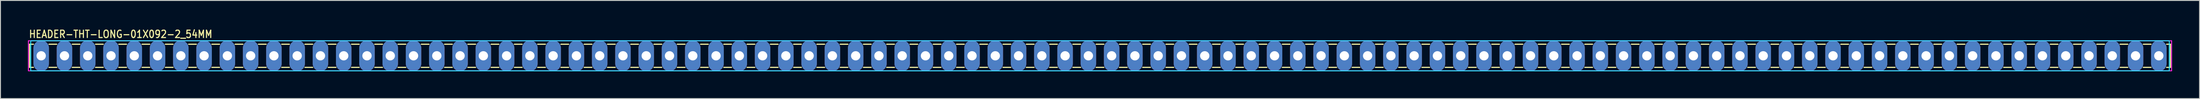
<source format=kicad_pcb>
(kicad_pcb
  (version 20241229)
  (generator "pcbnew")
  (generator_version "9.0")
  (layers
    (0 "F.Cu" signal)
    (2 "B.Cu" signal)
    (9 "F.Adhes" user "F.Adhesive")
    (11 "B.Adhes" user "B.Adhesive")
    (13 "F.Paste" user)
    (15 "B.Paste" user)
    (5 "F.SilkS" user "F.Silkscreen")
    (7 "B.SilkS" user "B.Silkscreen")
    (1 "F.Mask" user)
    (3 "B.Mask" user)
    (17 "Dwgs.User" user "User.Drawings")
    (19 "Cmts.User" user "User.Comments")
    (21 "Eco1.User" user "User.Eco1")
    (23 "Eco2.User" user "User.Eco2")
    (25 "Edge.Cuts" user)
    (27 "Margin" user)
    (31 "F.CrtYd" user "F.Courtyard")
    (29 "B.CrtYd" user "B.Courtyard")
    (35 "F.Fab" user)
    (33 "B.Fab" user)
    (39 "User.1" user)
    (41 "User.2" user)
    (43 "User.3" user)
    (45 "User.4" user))
  (footprint "HEADER-THT-LONG-01X092-2_54MM"
    (layer "F.Cu")
    (at 1.447 3.079)
    (property "Reference" "HEADER-THT-LONG-01X092-2_54MM" (at -1.4 -1.9 0) (unlocked yes) (layer "F.SilkS") (effects (font (size 0.813 0.695) (thickness 0.122)) (justify left bottom)))
    (fp_line (start -1.27 -1.27) (end -1.27 1.27) (stroke (width 0.127) (type solid)) (layer "F.SilkS"))
    (fp_line (start -1.27 1.27) (end -0.85 1.27) (stroke (width 0.127) (type solid)) (layer "F.SilkS"))
    (fp_line (start -0.85 -1.27) (end -1.27 -1.27) (stroke (width 0.127) (type solid)) (layer "F.SilkS"))
    (fp_line (start 0.85 -1.27) (end 1.69 -1.27) (stroke (width 0.127) (type solid)) (layer "F.SilkS"))
    (fp_line (start 0.85 1.27) (end 1.69 1.27) (stroke (width 0.127) (type solid)) (layer "F.SilkS"))
    (fp_line (start 3.39 -1.27) (end 4.23 -1.27) (stroke (width 0.127) (type solid)) (layer "F.SilkS"))
    (fp_line (start 3.39 1.27) (end 4.23 1.27) (stroke (width 0.127) (type solid)) (layer "F.SilkS"))
    (fp_line (start 5.93 -1.27) (end 6.77 -1.27) (stroke (width 0.127) (type solid)) (layer "F.SilkS"))
    (fp_line (start 5.93 1.27) (end 6.77 1.27) (stroke (width 0.127) (type solid)) (layer "F.SilkS"))
    (fp_line (start 8.47 -1.27) (end 9.31 -1.27) (stroke (width 0.127) (type solid)) (layer "F.SilkS"))
    (fp_line (start 8.47 1.27) (end 9.31 1.27) (stroke (width 0.127) (type solid)) (layer "F.SilkS"))
    (fp_line (start 11.01 -1.27) (end 11.85 -1.27) (stroke (width 0.127) (type solid)) (layer "F.SilkS"))
    (fp_line (start 11.01 1.27) (end 11.85 1.27) (stroke (width 0.127) (type solid)) (layer "F.SilkS"))
    (fp_line (start 13.55 -1.27) (end 14.39 -1.27) (stroke (width 0.127) (type solid)) (layer "F.SilkS"))
    (fp_line (start 13.55 1.27) (end 14.39 1.27) (stroke (width 0.127) (type solid)) (layer "F.SilkS"))
    (fp_line (start 16.09 -1.27) (end 16.93 -1.27) (stroke (width 0.127) (type solid)) (layer "F.SilkS"))
    (fp_line (start 16.09 1.27) (end 16.93 1.27) (stroke (width 0.127) (type solid)) (layer "F.SilkS"))
    (fp_line (start 18.63 -1.27) (end 19.47 -1.27) (stroke (width 0.127) (type solid)) (layer "F.SilkS"))
    (fp_line (start 18.63 1.27) (end 19.47 1.27) (stroke (width 0.127) (type solid)) (layer "F.SilkS"))
    (fp_line (start 21.17 -1.27) (end 22.01 -1.27) (stroke (width 0.127) (type solid)) (layer "F.SilkS"))
    (fp_line (start 21.17 1.27) (end 22.01 1.27) (stroke (width 0.127) (type solid)) (layer "F.SilkS"))
    (fp_line (start 23.71 -1.27) (end 24.55 -1.27) (stroke (width 0.127) (type solid)) (layer "F.SilkS"))
    (fp_line (start 23.71 1.27) (end 24.55 1.27) (stroke (width 0.127) (type solid)) (layer "F.SilkS"))
    (fp_line (start 26.25 -1.27) (end 27.09 -1.27) (stroke (width 0.127) (type solid)) (layer "F.SilkS"))
    (fp_line (start 26.25 1.27) (end 27.09 1.27) (stroke (width 0.127) (type solid)) (layer "F.SilkS"))
    (fp_line (start 28.79 -1.27) (end 29.63 -1.27) (stroke (width 0.127) (type solid)) (layer "F.SilkS"))
    (fp_line (start 28.79 1.27) (end 29.63 1.27) (stroke (width 0.127) (type solid)) (layer "F.SilkS"))
    (fp_line (start 31.33 -1.27) (end 32.17 -1.27) (stroke (width 0.127) (type solid)) (layer "F.SilkS"))
    (fp_line (start 31.33 1.27) (end 32.17 1.27) (stroke (width 0.127) (type solid)) (layer "F.SilkS"))
    (fp_line (start 33.87 -1.27) (end 34.71 -1.27) (stroke (width 0.127) (type solid)) (layer "F.SilkS"))
    (fp_line (start 33.87 1.27) (end 34.71 1.27) (stroke (width 0.127) (type solid)) (layer "F.SilkS"))
    (fp_line (start 36.41 -1.27) (end 37.25 -1.27) (stroke (width 0.127) (type solid)) (layer "F.SilkS"))
    (fp_line (start 36.41 1.27) (end 37.25 1.27) (stroke (width 0.127) (type solid)) (layer "F.SilkS"))
    (fp_line (start 38.95 -1.27) (end 39.79 -1.27) (stroke (width 0.127) (type solid)) (layer "F.SilkS"))
    (fp_line (start 38.95 1.27) (end 39.79 1.27) (stroke (width 0.127) (type solid)) (layer "F.SilkS"))
    (fp_line (start 41.49 -1.27) (end 42.33 -1.27) (stroke (width 0.127) (type solid)) (layer "F.SilkS"))
    (fp_line (start 41.49 1.27) (end 42.33 1.27) (stroke (width 0.127) (type solid)) (layer "F.SilkS"))
    (fp_line (start 44.03 -1.27) (end 44.87 -1.27) (stroke (width 0.127) (type solid)) (layer "F.SilkS"))
    (fp_line (start 44.03 1.27) (end 44.87 1.27) (stroke (width 0.127) (type solid)) (layer "F.SilkS"))
    (fp_line (start 46.57 -1.27) (end 47.41 -1.27) (stroke (width 0.127) (type solid)) (layer "F.SilkS"))
    (fp_line (start 46.57 1.27) (end 47.41 1.27) (stroke (width 0.127) (type solid)) (layer "F.SilkS"))
    (fp_line (start 49.11 -1.27) (end 49.95 -1.27) (stroke (width 0.127) (type solid)) (layer "F.SilkS"))
    (fp_line (start 49.11 1.27) (end 49.95 1.27) (stroke (width 0.127) (type solid)) (layer "F.SilkS"))
    (fp_line (start 51.65 -1.27) (end 52.49 -1.27) (stroke (width 0.127) (type solid)) (layer "F.SilkS"))
    (fp_line (start 51.65 1.27) (end 52.49 1.27) (stroke (width 0.127) (type solid)) (layer "F.SilkS"))
    (fp_line (start 54.19 -1.27) (end 55.03 -1.27) (stroke (width 0.127) (type solid)) (layer "F.SilkS"))
    (fp_line (start 54.19 1.27) (end 55.03 1.27) (stroke (width 0.127) (type solid)) (layer "F.SilkS"))
    (fp_line (start 56.73 -1.27) (end 57.57 -1.27) (stroke (width 0.127) (type solid)) (layer "F.SilkS"))
    (fp_line (start 56.73 1.27) (end 57.57 1.27) (stroke (width 0.127) (type solid)) (layer "F.SilkS"))
    (fp_line (start 59.27 -1.27) (end 60.11 -1.27) (stroke (width 0.127) (type solid)) (layer "F.SilkS"))
    (fp_line (start 59.27 1.27) (end 60.11 1.27) (stroke (width 0.127) (type solid)) (layer "F.SilkS"))
    (fp_line (start 61.81 -1.27) (end 62.65 -1.27) (stroke (width 0.127) (type solid)) (layer "F.SilkS"))
    (fp_line (start 61.81 1.27) (end 62.65 1.27) (stroke (width 0.127) (type solid)) (layer "F.SilkS"))
    (fp_line (start 64.35 -1.27) (end 65.19 -1.27) (stroke (width 0.127) (type solid)) (layer "F.SilkS"))
    (fp_line (start 64.35 1.27) (end 65.19 1.27) (stroke (width 0.127) (type solid)) (layer "F.SilkS"))
    (fp_line (start 66.89 -1.27) (end 67.73 -1.27) (stroke (width 0.127) (type solid)) (layer "F.SilkS"))
    (fp_line (start 66.89 1.27) (end 67.73 1.27) (stroke (width 0.127) (type solid)) (layer "F.SilkS"))
    (fp_line (start 69.43 -1.27) (end 70.27 -1.27) (stroke (width 0.127) (type solid)) (layer "F.SilkS"))
    (fp_line (start 69.43 1.27) (end 70.27 1.27) (stroke (width 0.127) (type solid)) (layer "F.SilkS"))
    (fp_line (start 71.97 -1.27) (end 72.81 -1.27) (stroke (width 0.127) (type solid)) (layer "F.SilkS"))
    (fp_line (start 71.97 1.27) (end 72.81 1.27) (stroke (width 0.127) (type solid)) (layer "F.SilkS"))
    (fp_line (start 74.51 -1.27) (end 75.35 -1.27) (stroke (width 0.127) (type solid)) (layer "F.SilkS"))
    (fp_line (start 74.51 1.27) (end 75.35 1.27) (stroke (width 0.127) (type solid)) (layer "F.SilkS"))
    (fp_line (start 77.05 -1.27) (end 77.89 -1.27) (stroke (width 0.127) (type solid)) (layer "F.SilkS"))
    (fp_line (start 77.05 1.27) (end 77.89 1.27) (stroke (width 0.127) (type solid)) (layer "F.SilkS"))
    (fp_line (start 79.59 -1.27) (end 80.43 -1.27) (stroke (width 0.127) (type solid)) (layer "F.SilkS"))
    (fp_line (start 79.59 1.27) (end 80.43 1.27) (stroke (width 0.127) (type solid)) (layer "F.SilkS"))
    (fp_line (start 82.13 -1.27) (end 82.97 -1.27) (stroke (width 0.127) (type solid)) (layer "F.SilkS"))
    (fp_line (start 82.13 1.27) (end 82.97 1.27) (stroke (width 0.127) (type solid)) (layer "F.SilkS"))
    (fp_line (start 84.67 -1.27) (end 85.51 -1.27) (stroke (width 0.127) (type solid)) (layer "F.SilkS"))
    (fp_line (start 84.67 1.27) (end 85.51 1.27) (stroke (width 0.127) (type solid)) (layer "F.SilkS"))
    (fp_line (start 87.21 -1.27) (end 88.05 -1.27) (stroke (width 0.127) (type solid)) (layer "F.SilkS"))
    (fp_line (start 87.21 1.27) (end 88.05 1.27) (stroke (width 0.127) (type solid)) (layer "F.SilkS"))
    (fp_line (start 89.75 -1.27) (end 90.59 -1.27) (stroke (width 0.127) (type solid)) (layer "F.SilkS"))
    (fp_line (start 89.75 1.27) (end 90.59 1.27) (stroke (width 0.127) (type solid)) (layer "F.SilkS"))
    (fp_line (start 92.29 -1.27) (end 93.13 -1.27) (stroke (width 0.127) (type solid)) (layer "F.SilkS"))
    (fp_line (start 92.29 1.27) (end 93.13 1.27) (stroke (width 0.127) (type solid)) (layer "F.SilkS"))
    (fp_line (start 94.83 -1.27) (end 95.67 -1.27) (stroke (width 0.127) (type solid)) (layer "F.SilkS"))
    (fp_line (start 94.83 1.27) (end 95.67 1.27) (stroke (width 0.127) (type solid)) (layer "F.SilkS"))
    (fp_line (start 97.37 -1.27) (end 98.21 -1.27) (stroke (width 0.127) (type solid)) (layer "F.SilkS"))
    (fp_line (start 97.37 1.27) (end 98.21 1.27) (stroke (width 0.127) (type solid)) (layer "F.SilkS"))
    (fp_line (start 99.91 -1.27) (end 100.75 -1.27) (stroke (width 0.127) (type solid)) (layer "F.SilkS"))
    (fp_line (start 99.91 1.27) (end 100.75 1.27) (stroke (width 0.127) (type solid)) (layer "F.SilkS"))
    (fp_line (start 102.45 -1.27) (end 103.29 -1.27) (stroke (width 0.127) (type solid)) (layer "F.SilkS"))
    (fp_line (start 102.45 1.27) (end 103.29 1.27) (stroke (width 0.127) (type solid)) (layer "F.SilkS"))
    (fp_line (start 104.99 -1.27) (end 105.83 -1.27) (stroke (width 0.127) (type solid)) (layer "F.SilkS"))
    (fp_line (start 104.99 1.27) (end 105.83 1.27) (stroke (width 0.127) (type solid)) (layer "F.SilkS"))
    (fp_line (start 107.53 -1.27) (end 108.37 -1.27) (stroke (width 0.127) (type solid)) (layer "F.SilkS"))
    (fp_line (start 107.53 1.27) (end 108.37 1.27) (stroke (width 0.127) (type solid)) (layer "F.SilkS"))
    (fp_line (start 110.07 -1.27) (end 110.91 -1.27) (stroke (width 0.127) (type solid)) (layer "F.SilkS"))
    (fp_line (start 110.07 1.27) (end 110.91 1.27) (stroke (width 0.127) (type solid)) (layer "F.SilkS"))
    (fp_line (start 112.61 -1.27) (end 113.45 -1.27) (stroke (width 0.127) (type solid)) (layer "F.SilkS"))
    (fp_line (start 112.61 1.27) (end 113.45 1.27) (stroke (width 0.127) (type solid)) (layer "F.SilkS"))
    (fp_line (start 115.15 -1.27) (end 115.99 -1.27) (stroke (width 0.127) (type solid)) (layer "F.SilkS"))
    (fp_line (start 115.15 1.27) (end 115.99 1.27) (stroke (width 0.127) (type solid)) (layer "F.SilkS"))
    (fp_line (start 117.69 -1.27) (end 118.53 -1.27) (stroke (width 0.127) (type solid)) (layer "F.SilkS"))
    (fp_line (start 117.69 1.27) (end 118.53 1.27) (stroke (width 0.127) (type solid)) (layer "F.SilkS"))
    (fp_line (start 120.23 -1.27) (end 121.07 -1.27) (stroke (width 0.127) (type solid)) (layer "F.SilkS"))
    (fp_line (start 120.23 1.27) (end 121.07 1.27) (stroke (width 0.127) (type solid)) (layer "F.SilkS"))
    (fp_line (start 122.77 -1.27) (end 123.61 -1.27) (stroke (width 0.127) (type solid)) (layer "F.SilkS"))
    (fp_line (start 122.77 1.27) (end 123.61 1.27) (stroke (width 0.127) (type solid)) (layer "F.SilkS"))
    (fp_line (start 125.31 -1.27) (end 126.15 -1.27) (stroke (width 0.127) (type solid)) (layer "F.SilkS"))
    (fp_line (start 125.31 1.27) (end 126.15 1.27) (stroke (width 0.127) (type solid)) (layer "F.SilkS"))
    (fp_line (start 127.85 -1.27) (end 128.69 -1.27) (stroke (width 0.127) (type solid)) (layer "F.SilkS"))
    (fp_line (start 127.85 1.27) (end 128.69 1.27) (stroke (width 0.127) (type solid)) (layer "F.SilkS"))
    (fp_line (start 130.39 -1.27) (end 131.23 -1.27) (stroke (width 0.127) (type solid)) (layer "F.SilkS"))
    (fp_line (start 130.39 1.27) (end 131.23 1.27) (stroke (width 0.127) (type solid)) (layer "F.SilkS"))
    (fp_line (start 132.93 -1.27) (end 133.77 -1.27) (stroke (width 0.127) (type solid)) (layer "F.SilkS"))
    (fp_line (start 132.93 1.27) (end 133.77 1.27) (stroke (width 0.127) (type solid)) (layer "F.SilkS"))
    (fp_line (start 135.47 -1.27) (end 136.31 -1.27) (stroke (width 0.127) (type solid)) (layer "F.SilkS"))
    (fp_line (start 135.47 1.27) (end 136.31 1.27) (stroke (width 0.127) (type solid)) (layer "F.SilkS"))
    (fp_line (start 138.01 -1.27) (end 138.85 -1.27) (stroke (width 0.127) (type solid)) (layer "F.SilkS"))
    (fp_line (start 138.01 1.27) (end 138.85 1.27) (stroke (width 0.127) (type solid)) (layer "F.SilkS"))
    (fp_line (start 140.55 -1.27) (end 141.39 -1.27) (stroke (width 0.127) (type solid)) (layer "F.SilkS"))
    (fp_line (start 140.55 1.27) (end 141.39 1.27) (stroke (width 0.127) (type solid)) (layer "F.SilkS"))
    (fp_line (start 143.09 -1.27) (end 143.93 -1.27) (stroke (width 0.127) (type solid)) (layer "F.SilkS"))
    (fp_line (start 143.09 1.27) (end 143.93 1.27) (stroke (width 0.127) (type solid)) (layer "F.SilkS"))
    (fp_line (start 145.63 -1.27) (end 146.47 -1.27) (stroke (width 0.127) (type solid)) (layer "F.SilkS"))
    (fp_line (start 145.63 1.27) (end 146.47 1.27) (stroke (width 0.127) (type solid)) (layer "F.SilkS"))
    (fp_line (start 148.17 -1.27) (end 149.01 -1.27) (stroke (width 0.127) (type solid)) (layer "F.SilkS"))
    (fp_line (start 148.17 1.27) (end 149.01 1.27) (stroke (width 0.127) (type solid)) (layer "F.SilkS"))
    (fp_line (start 150.71 -1.27) (end 151.55 -1.27) (stroke (width 0.127) (type solid)) (layer "F.SilkS"))
    (fp_line (start 150.71 1.27) (end 151.55 1.27) (stroke (width 0.127) (type solid)) (layer "F.SilkS"))
    (fp_line (start 153.25 -1.27) (end 154.09 -1.27) (stroke (width 0.127) (type solid)) (layer "F.SilkS"))
    (fp_line (start 153.25 1.27) (end 154.09 1.27) (stroke (width 0.127) (type solid)) (layer "F.SilkS"))
    (fp_line (start 155.79 -1.27) (end 156.63 -1.27) (stroke (width 0.127) (type solid)) (layer "F.SilkS"))
    (fp_line (start 155.79 1.27) (end 156.63 1.27) (stroke (width 0.127) (type solid)) (layer "F.SilkS"))
    (fp_line (start 158.33 -1.27) (end 159.17 -1.27) (stroke (width 0.127) (type solid)) (layer "F.SilkS"))
    (fp_line (start 158.33 1.27) (end 159.17 1.27) (stroke (width 0.127) (type solid)) (layer "F.SilkS"))
    (fp_line (start 160.87 -1.27) (end 161.71 -1.27) (stroke (width 0.127) (type solid)) (layer "F.SilkS"))
    (fp_line (start 160.87 1.27) (end 161.71 1.27) (stroke (width 0.127) (type solid)) (layer "F.SilkS"))
    (fp_line (start 163.41 -1.27) (end 164.25 -1.27) (stroke (width 0.127) (type solid)) (layer "F.SilkS"))
    (fp_line (start 163.41 1.27) (end 164.25 1.27) (stroke (width 0.127) (type solid)) (layer "F.SilkS"))
    (fp_line (start 165.95 -1.27) (end 166.79 -1.27) (stroke (width 0.127) (type solid)) (layer "F.SilkS"))
    (fp_line (start 165.95 1.27) (end 166.79 1.27) (stroke (width 0.127) (type solid)) (layer "F.SilkS"))
    (fp_line (start 168.49 -1.27) (end 169.33 -1.27) (stroke (width 0.127) (type solid)) (layer "F.SilkS"))
    (fp_line (start 168.49 1.27) (end 169.33 1.27) (stroke (width 0.127) (type solid)) (layer "F.SilkS"))
    (fp_line (start 171.03 -1.27) (end 171.87 -1.27) (stroke (width 0.127) (type solid)) (layer "F.SilkS"))
    (fp_line (start 171.03 1.27) (end 171.87 1.27) (stroke (width 0.127) (type solid)) (layer "F.SilkS"))
    (fp_line (start 173.57 -1.27) (end 174.41 -1.27) (stroke (width 0.127) (type solid)) (layer "F.SilkS"))
    (fp_line (start 173.57 1.27) (end 174.41 1.27) (stroke (width 0.127) (type solid)) (layer "F.SilkS"))
    (fp_line (start 176.11 -1.27) (end 176.95 -1.27) (stroke (width 0.127) (type solid)) (layer "F.SilkS"))
    (fp_line (start 176.11 1.27) (end 176.95 1.27) (stroke (width 0.127) (type solid)) (layer "F.SilkS"))
    (fp_line (start 178.65 -1.27) (end 179.49 -1.27) (stroke (width 0.127) (type solid)) (layer "F.SilkS"))
    (fp_line (start 178.65 1.27) (end 179.49 1.27) (stroke (width 0.127) (type solid)) (layer "F.SilkS"))
    (fp_line (start 181.19 -1.27) (end 182.03 -1.27) (stroke (width 0.127) (type solid)) (layer "F.SilkS"))
    (fp_line (start 181.19 1.27) (end 182.03 1.27) (stroke (width 0.127) (type solid)) (layer "F.SilkS"))
    (fp_line (start 183.73 -1.27) (end 184.57 -1.27) (stroke (width 0.127) (type solid)) (layer "F.SilkS"))
    (fp_line (start 183.73 1.27) (end 184.57 1.27) (stroke (width 0.127) (type solid)) (layer "F.SilkS"))
    (fp_line (start 186.27 -1.27) (end 187.11 -1.27) (stroke (width 0.127) (type solid)) (layer "F.SilkS"))
    (fp_line (start 186.27 1.27) (end 187.11 1.27) (stroke (width 0.127) (type solid)) (layer "F.SilkS"))
    (fp_line (start 188.81 -1.27) (end 189.65 -1.27) (stroke (width 0.127) (type solid)) (layer "F.SilkS"))
    (fp_line (start 188.81 1.27) (end 189.65 1.27) (stroke (width 0.127) (type solid)) (layer "F.SilkS"))
    (fp_line (start 191.35 -1.27) (end 192.19 -1.27) (stroke (width 0.127) (type solid)) (layer "F.SilkS"))
    (fp_line (start 191.35 1.27) (end 192.19 1.27) (stroke (width 0.127) (type solid)) (layer "F.SilkS"))
    (fp_line (start 193.89 -1.27) (end 194.73 -1.27) (stroke (width 0.127) (type solid)) (layer "F.SilkS"))
    (fp_line (start 193.89 1.27) (end 194.73 1.27) (stroke (width 0.127) (type solid)) (layer "F.SilkS"))
    (fp_line (start 196.43 -1.27) (end 197.27 -1.27) (stroke (width 0.127) (type solid)) (layer "F.SilkS"))
    (fp_line (start 196.43 1.27) (end 197.27 1.27) (stroke (width 0.127) (type solid)) (layer "F.SilkS"))
    (fp_line (start 198.97 -1.27) (end 199.81 -1.27) (stroke (width 0.127) (type solid)) (layer "F.SilkS"))
    (fp_line (start 198.97 1.27) (end 199.81 1.27) (stroke (width 0.127) (type solid)) (layer "F.SilkS"))
    (fp_line (start 201.51 -1.27) (end 202.35 -1.27) (stroke (width 0.127) (type solid)) (layer "F.SilkS"))
    (fp_line (start 201.51 1.27) (end 202.35 1.27) (stroke (width 0.127) (type solid)) (layer "F.SilkS"))
    (fp_line (start 204.05 -1.27) (end 204.89 -1.27) (stroke (width 0.127) (type solid)) (layer "F.SilkS"))
    (fp_line (start 204.05 1.27) (end 204.89 1.27) (stroke (width 0.127) (type solid)) (layer "F.SilkS"))
    (fp_line (start 206.59 -1.27) (end 207.43 -1.27) (stroke (width 0.127) (type solid)) (layer "F.SilkS"))
    (fp_line (start 206.59 1.27) (end 207.43 1.27) (stroke (width 0.127) (type solid)) (layer "F.SilkS"))
    (fp_line (start 209.13 -1.27) (end 209.97 -1.27) (stroke (width 0.127) (type solid)) (layer "F.SilkS"))
    (fp_line (start 209.13 1.27) (end 209.97 1.27) (stroke (width 0.127) (type solid)) (layer "F.SilkS"))
    (fp_line (start 211.67 -1.27) (end 212.51 -1.27) (stroke (width 0.127) (type solid)) (layer "F.SilkS"))
    (fp_line (start 211.67 1.27) (end 212.51 1.27) (stroke (width 0.127) (type solid)) (layer "F.SilkS"))
    (fp_line (start 214.21 -1.27) (end 215.05 -1.27) (stroke (width 0.127) (type solid)) (layer "F.SilkS"))
    (fp_line (start 214.21 1.27) (end 215.05 1.27) (stroke (width 0.127) (type solid)) (layer "F.SilkS"))
    (fp_line (start 216.75 -1.27) (end 217.59 -1.27) (stroke (width 0.127) (type solid)) (layer "F.SilkS"))
    (fp_line (start 216.75 1.27) (end 217.59 1.27) (stroke (width 0.127) (type solid)) (layer "F.SilkS"))
    (fp_line (start 219.29 -1.27) (end 220.13 -1.27) (stroke (width 0.127) (type solid)) (layer "F.SilkS"))
    (fp_line (start 219.29 1.27) (end 220.13 1.27) (stroke (width 0.127) (type solid)) (layer "F.SilkS"))
    (fp_line (start 221.83 -1.27) (end 222.67 -1.27) (stroke (width 0.127) (type solid)) (layer "F.SilkS"))
    (fp_line (start 221.83 1.27) (end 222.67 1.27) (stroke (width 0.127) (type solid)) (layer "F.SilkS"))
    (fp_line (start 224.37 -1.27) (end 225.21 -1.27) (stroke (width 0.127) (type solid)) (layer "F.SilkS"))
    (fp_line (start 224.37 1.27) (end 225.21 1.27) (stroke (width 0.127) (type solid)) (layer "F.SilkS"))
    (fp_line (start 226.91 -1.27) (end 227.75 -1.27) (stroke (width 0.127) (type solid)) (layer "F.SilkS"))
    (fp_line (start 226.91 1.27) (end 227.75 1.27) (stroke (width 0.127) (type solid)) (layer "F.SilkS"))
    (fp_line (start 229.45 -1.27) (end 230.29 -1.27) (stroke (width 0.127) (type solid)) (layer "F.SilkS"))
    (fp_line (start 229.45 1.27) (end 230.29 1.27) (stroke (width 0.127) (type solid)) (layer "F.SilkS"))
    (fp_line (start 231.99 -1.27) (end 232.41 -1.27) (stroke (width 0.127) (type solid)) (layer "F.SilkS"))
    (fp_line (start 232.41 -1.27) (end 232.41 1.27) (stroke (width 0.127) (type solid)) (layer "F.SilkS"))
    (fp_line (start 232.41 1.27) (end 231.99 1.27) (stroke (width 0.127) (type solid)) (layer "F.SilkS"))
    (fp_poly (pts (xy -1.143 -1.651) (xy 232.283 -1.651) (xy 232.283 1.651) (xy -1.143 1.651)) (stroke (width 0.1) (type solid)) (fill no) (layer "B.CrtYd"))
    (fp_poly (pts (xy -1.397 -1.651) (xy 232.537 -1.651) (xy 232.537 1.651) (xy -1.397 1.651)) (stroke (width 0.1) (type solid)) (fill no) (layer "F.CrtYd"))
    (pad "P$1" thru_hole oval (at 0 0 90) (size 3.387 1.693) (drill 1.016) (layers "*.Cu" "*.Mask"))
    (pad "P$2" thru_hole oval (at 2.54 0 90) (size 3.387 1.693) (drill 1.016) (layers "*.Cu" "*.Mask"))
    (pad "P$3" thru_hole oval (at 5.08 0 90) (size 3.387 1.693) (drill 1.016) (layers "*.Cu" "*.Mask"))
    (pad "P$4" thru_hole oval (at 7.62 0 90) (size 3.387 1.693) (drill 1.016) (layers "*.Cu" "*.Mask"))
    (pad "P$5" thru_hole oval (at 10.16 0 90) (size 3.387 1.693) (drill 1.016) (layers "*.Cu" "*.Mask"))
    (pad "P$6" thru_hole oval (at 12.7 0 90) (size 3.387 1.693) (drill 1.016) (layers "*.Cu" "*.Mask"))
    (pad "P$7" thru_hole oval (at 15.24 0 90) (size 3.387 1.693) (drill 1.016) (layers "*.Cu" "*.Mask"))
    (pad "P$8" thru_hole oval (at 17.78 0 90) (size 3.387 1.693) (drill 1.016) (layers "*.Cu" "*.Mask"))
    (pad "P$9" thru_hole oval (at 20.32 0 90) (size 3.387 1.693) (drill 1.016) (layers "*.Cu" "*.Mask"))
    (pad "P$10" thru_hole oval (at 22.86 0 90) (size 3.387 1.693) (drill 1.016) (layers "*.Cu" "*.Mask"))
    (pad "P$11" thru_hole oval (at 25.4 0 90) (size 3.387 1.693) (drill 1.016) (layers "*.Cu" "*.Mask"))
    (pad "P$12" thru_hole oval (at 27.94 0 90) (size 3.387 1.693) (drill 1.016) (layers "*.Cu" "*.Mask"))
    (pad "P$13" thru_hole oval (at 30.48 0 90) (size 3.387 1.693) (drill 1.016) (layers "*.Cu" "*.Mask"))
    (pad "P$14" thru_hole oval (at 33.02 0 90) (size 3.387 1.693) (drill 1.016) (layers "*.Cu" "*.Mask"))
    (pad "P$15" thru_hole oval (at 35.56 0 90) (size 3.387 1.693) (drill 1.016) (layers "*.Cu" "*.Mask"))
    (pad "P$16" thru_hole oval (at 38.1 0 90) (size 3.387 1.693) (drill 1.016) (layers "*.Cu" "*.Mask"))
    (pad "P$17" thru_hole oval (at 40.64 0 90) (size 3.387 1.693) (drill 1.016) (layers "*.Cu" "*.Mask"))
    (pad "P$18" thru_hole oval (at 43.18 0 90) (size 3.387 1.693) (drill 1.016) (layers "*.Cu" "*.Mask"))
    (pad "P$19" thru_hole oval (at 45.72 0 90) (size 3.387 1.693) (drill 1.016) (layers "*.Cu" "*.Mask"))
    (pad "P$20" thru_hole oval (at 48.26 0 90) (size 3.387 1.693) (drill 1.016) (layers "*.Cu" "*.Mask"))
    (pad "P$21" thru_hole oval (at 50.8 0 90) (size 3.387 1.693) (drill 1.016) (layers "*.Cu" "*.Mask"))
    (pad "P$22" thru_hole oval (at 53.34 0 90) (size 3.387 1.693) (drill 1.016) (layers "*.Cu" "*.Mask"))
    (pad "P$23" thru_hole oval (at 55.88 0 90) (size 3.387 1.693) (drill 1.016) (layers "*.Cu" "*.Mask"))
    (pad "P$24" thru_hole oval (at 58.42 0 90) (size 3.387 1.693) (drill 1.016) (layers "*.Cu" "*.Mask"))
    (pad "P$25" thru_hole oval (at 60.96 0 90) (size 3.387 1.693) (drill 1.016) (layers "*.Cu" "*.Mask"))
    (pad "P$26" thru_hole oval (at 63.5 0 90) (size 3.387 1.693) (drill 1.016) (layers "*.Cu" "*.Mask"))
    (pad "P$27" thru_hole oval (at 66.04 0 90) (size 3.387 1.693) (drill 1.016) (layers "*.Cu" "*.Mask"))
    (pad "P$28" thru_hole oval (at 68.58 0 90) (size 3.387 1.693) (drill 1.016) (layers "*.Cu" "*.Mask"))
    (pad "P$29" thru_hole oval (at 71.12 0 90) (size 3.387 1.693) (drill 1.016) (layers "*.Cu" "*.Mask"))
    (pad "P$30" thru_hole oval (at 73.66 0 90) (size 3.387 1.693) (drill 1.016) (layers "*.Cu" "*.Mask"))
    (pad "P$31" thru_hole oval (at 76.2 0 90) (size 3.387 1.693) (drill 1.016) (layers "*.Cu" "*.Mask"))
    (pad "P$32" thru_hole oval (at 78.74 0 90) (size 3.387 1.693) (drill 1.016) (layers "*.Cu" "*.Mask"))
    (pad "P$33" thru_hole oval (at 81.28 0 90) (size 3.387 1.693) (drill 1.016) (layers "*.Cu" "*.Mask"))
    (pad "P$34" thru_hole oval (at 83.82 0 90) (size 3.387 1.693) (drill 1.016) (layers "*.Cu" "*.Mask"))
    (pad "P$35" thru_hole oval (at 86.36 0 90) (size 3.387 1.693) (drill 1.016) (layers "*.Cu" "*.Mask"))
    (pad "P$36" thru_hole oval (at 88.9 0 90) (size 3.387 1.693) (drill 1.016) (layers "*.Cu" "*.Mask"))
    (pad "P$37" thru_hole oval (at 91.44 0 90) (size 3.387 1.693) (drill 1.016) (layers "*.Cu" "*.Mask"))
    (pad "P$38" thru_hole oval (at 93.98 0 90) (size 3.387 1.693) (drill 1.016) (layers "*.Cu" "*.Mask"))
    (pad "P$39" thru_hole oval (at 96.52 0 90) (size 3.387 1.693) (drill 1.016) (layers "*.Cu" "*.Mask"))
    (pad "P$40" thru_hole oval (at 99.06 0 90) (size 3.387 1.693) (drill 1.016) (layers "*.Cu" "*.Mask"))
    (pad "P$41" thru_hole oval (at 101.6 0 90) (size 3.387 1.693) (drill 1.016) (layers "*.Cu" "*.Mask"))
    (pad "P$42" thru_hole oval (at 104.14 0 90) (size 3.387 1.693) (drill 1.016) (layers "*.Cu" "*.Mask"))
    (pad "P$43" thru_hole oval (at 106.68 0 90) (size 3.387 1.693) (drill 1.016) (layers "*.Cu" "*.Mask"))
    (pad "P$44" thru_hole oval (at 109.22 0 90) (size 3.387 1.693) (drill 1.016) (layers "*.Cu" "*.Mask"))
    (pad "P$45" thru_hole oval (at 111.76 0 90) (size 3.387 1.693) (drill 1.016) (layers "*.Cu" "*.Mask"))
    (pad "P$46" thru_hole oval (at 114.3 0 90) (size 3.387 1.693) (drill 1.016) (layers "*.Cu" "*.Mask"))
    (pad "P$47" thru_hole oval (at 116.84 0 90) (size 3.387 1.693) (drill 1.016) (layers "*.Cu" "*.Mask"))
    (pad "P$48" thru_hole oval (at 119.38 0 90) (size 3.387 1.693) (drill 1.016) (layers "*.Cu" "*.Mask"))
    (pad "P$49" thru_hole oval (at 121.92 0 90) (size 3.387 1.693) (drill 1.016) (layers "*.Cu" "*.Mask"))
    (pad "P$50" thru_hole oval (at 124.46 0 90) (size 3.387 1.693) (drill 1.016) (layers "*.Cu" "*.Mask"))
    (pad "P$51" thru_hole oval (at 127 0 90) (size 3.387 1.693) (drill 1.016) (layers "*.Cu" "*.Mask"))
    (pad "P$52" thru_hole oval (at 129.54 0 90) (size 3.387 1.693) (drill 1.016) (layers "*.Cu" "*.Mask"))
    (pad "P$53" thru_hole oval (at 132.08 0 90) (size 3.387 1.693) (drill 1.016) (layers "*.Cu" "*.Mask"))
    (pad "P$54" thru_hole oval (at 134.62 0 90) (size 3.387 1.693) (drill 1.016) (layers "*.Cu" "*.Mask"))
    (pad "P$55" thru_hole oval (at 137.16 0 90) (size 3.387 1.693) (drill 1.016) (layers "*.Cu" "*.Mask"))
    (pad "P$56" thru_hole oval (at 139.7 0 90) (size 3.387 1.693) (drill 1.016) (layers "*.Cu" "*.Mask"))
    (pad "P$57" thru_hole oval (at 142.24 0 90) (size 3.387 1.693) (drill 1.016) (layers "*.Cu" "*.Mask"))
    (pad "P$58" thru_hole oval (at 144.78 0 90) (size 3.387 1.693) (drill 1.016) (layers "*.Cu" "*.Mask"))
    (pad "P$59" thru_hole oval (at 147.32 0 90) (size 3.387 1.693) (drill 1.016) (layers "*.Cu" "*.Mask"))
    (pad "P$60" thru_hole oval (at 149.86 0 90) (size 3.387 1.693) (drill 1.016) (layers "*.Cu" "*.Mask"))
    (pad "P$61" thru_hole oval (at 152.4 0 90) (size 3.387 1.693) (drill 1.016) (layers "*.Cu" "*.Mask"))
    (pad "P$62" thru_hole oval (at 154.94 0 90) (size 3.387 1.693) (drill 1.016) (layers "*.Cu" "*.Mask"))
    (pad "P$63" thru_hole oval (at 157.48 0 90) (size 3.387 1.693) (drill 1.016) (layers "*.Cu" "*.Mask"))
    (pad "P$64" thru_hole oval (at 160.02 0 90) (size 3.387 1.693) (drill 1.016) (layers "*.Cu" "*.Mask"))
    (pad "P$65" thru_hole oval (at 162.56 0 90) (size 3.387 1.693) (drill 1.016) (layers "*.Cu" "*.Mask"))
    (pad "P$66" thru_hole oval (at 165.1 0 90) (size 3.387 1.693) (drill 1.016) (layers "*.Cu" "*.Mask"))
    (pad "P$67" thru_hole oval (at 167.64 0 90) (size 3.387 1.693) (drill 1.016) (layers "*.Cu" "*.Mask"))
    (pad "P$68" thru_hole oval (at 170.18 0 90) (size 3.387 1.693) (drill 1.016) (layers "*.Cu" "*.Mask"))
    (pad "P$69" thru_hole oval (at 172.72 0 90) (size 3.387 1.693) (drill 1.016) (layers "*.Cu" "*.Mask"))
    (pad "P$70" thru_hole oval (at 175.26 0 90) (size 3.387 1.693) (drill 1.016) (layers "*.Cu" "*.Mask"))
    (pad "P$71" thru_hole oval (at 177.8 0 90) (size 3.387 1.693) (drill 1.016) (layers "*.Cu" "*.Mask"))
    (pad "P$72" thru_hole oval (at 180.34 0 90) (size 3.387 1.693) (drill 1.016) (layers "*.Cu" "*.Mask"))
    (pad "P$73" thru_hole oval (at 182.88 0 90) (size 3.387 1.693) (drill 1.016) (layers "*.Cu" "*.Mask"))
    (pad "P$74" thru_hole oval (at 185.42 0 90) (size 3.387 1.693) (drill 1.016) (layers "*.Cu" "*.Mask"))
    (pad "P$75" thru_hole oval (at 187.96 0 90) (size 3.387 1.693) (drill 1.016) (layers "*.Cu" "*.Mask"))
    (pad "P$76" thru_hole oval (at 190.5 0 90) (size 3.387 1.693) (drill 1.016) (layers "*.Cu" "*.Mask"))
    (pad "P$77" thru_hole oval (at 193.04 0 90) (size 3.387 1.693) (drill 1.016) (layers "*.Cu" "*.Mask"))
    (pad "P$78" thru_hole oval (at 195.58 0 90) (size 3.387 1.693) (drill 1.016) (layers "*.Cu" "*.Mask"))
    (pad "P$79" thru_hole oval (at 198.12 0 90) (size 3.387 1.693) (drill 1.016) (layers "*.Cu" "*.Mask"))
    (pad "P$80" thru_hole oval (at 200.66 0 90) (size 3.387 1.693) (drill 1.016) (layers "*.Cu" "*.Mask"))
    (pad "P$81" thru_hole oval (at 203.2 0 90) (size 3.387 1.693) (drill 1.016) (layers "*.Cu" "*.Mask"))
    (pad "P$82" thru_hole oval (at 205.74 0 90) (size 3.387 1.693) (drill 1.016) (layers "*.Cu" "*.Mask"))
    (pad "P$83" thru_hole oval (at 208.28 0 90) (size 3.387 1.693) (drill 1.016) (layers "*.Cu" "*.Mask"))
    (pad "P$84" thru_hole oval (at 210.82 0 90) (size 3.387 1.693) (drill 1.016) (layers "*.Cu" "*.Mask"))
    (pad "P$85" thru_hole oval (at 213.36 0 90) (size 3.387 1.693) (drill 1.016) (layers "*.Cu" "*.Mask"))
    (pad "P$86" thru_hole oval (at 215.9 0 90) (size 3.387 1.693) (drill 1.016) (layers "*.Cu" "*.Mask"))
    (pad "P$87" thru_hole oval (at 218.44 0 90) (size 3.387 1.693) (drill 1.016) (layers "*.Cu" "*.Mask"))
    (pad "P$88" thru_hole oval (at 220.98 0 90) (size 3.387 1.693) (drill 1.016) (layers "*.Cu" "*.Mask"))
    (pad "P$89" thru_hole oval (at 223.52 0 90) (size 3.387 1.693) (drill 1.016) (layers "*.Cu" "*.Mask"))
    (pad "P$90" thru_hole oval (at 226.06 0 90) (size 3.387 1.693) (drill 1.016) (layers "*.Cu" "*.Mask"))
    (pad "P$91" thru_hole oval (at 228.6 0 90) (size 3.387 1.693) (drill 1.016) (layers "*.Cu" "*.Mask"))
    (pad "P$92" thru_hole oval (at 231.14 0 90) (size 3.387 1.693) (drill 1.016) (layers "*.Cu" "*.Mask")))
  (gr_rect
    (start -3 -3)
    (end 237.034 7.78)
    (stroke (width 0.1) (type default))
    (fill no)
    (layer "Edge.Cuts")))
</source>
